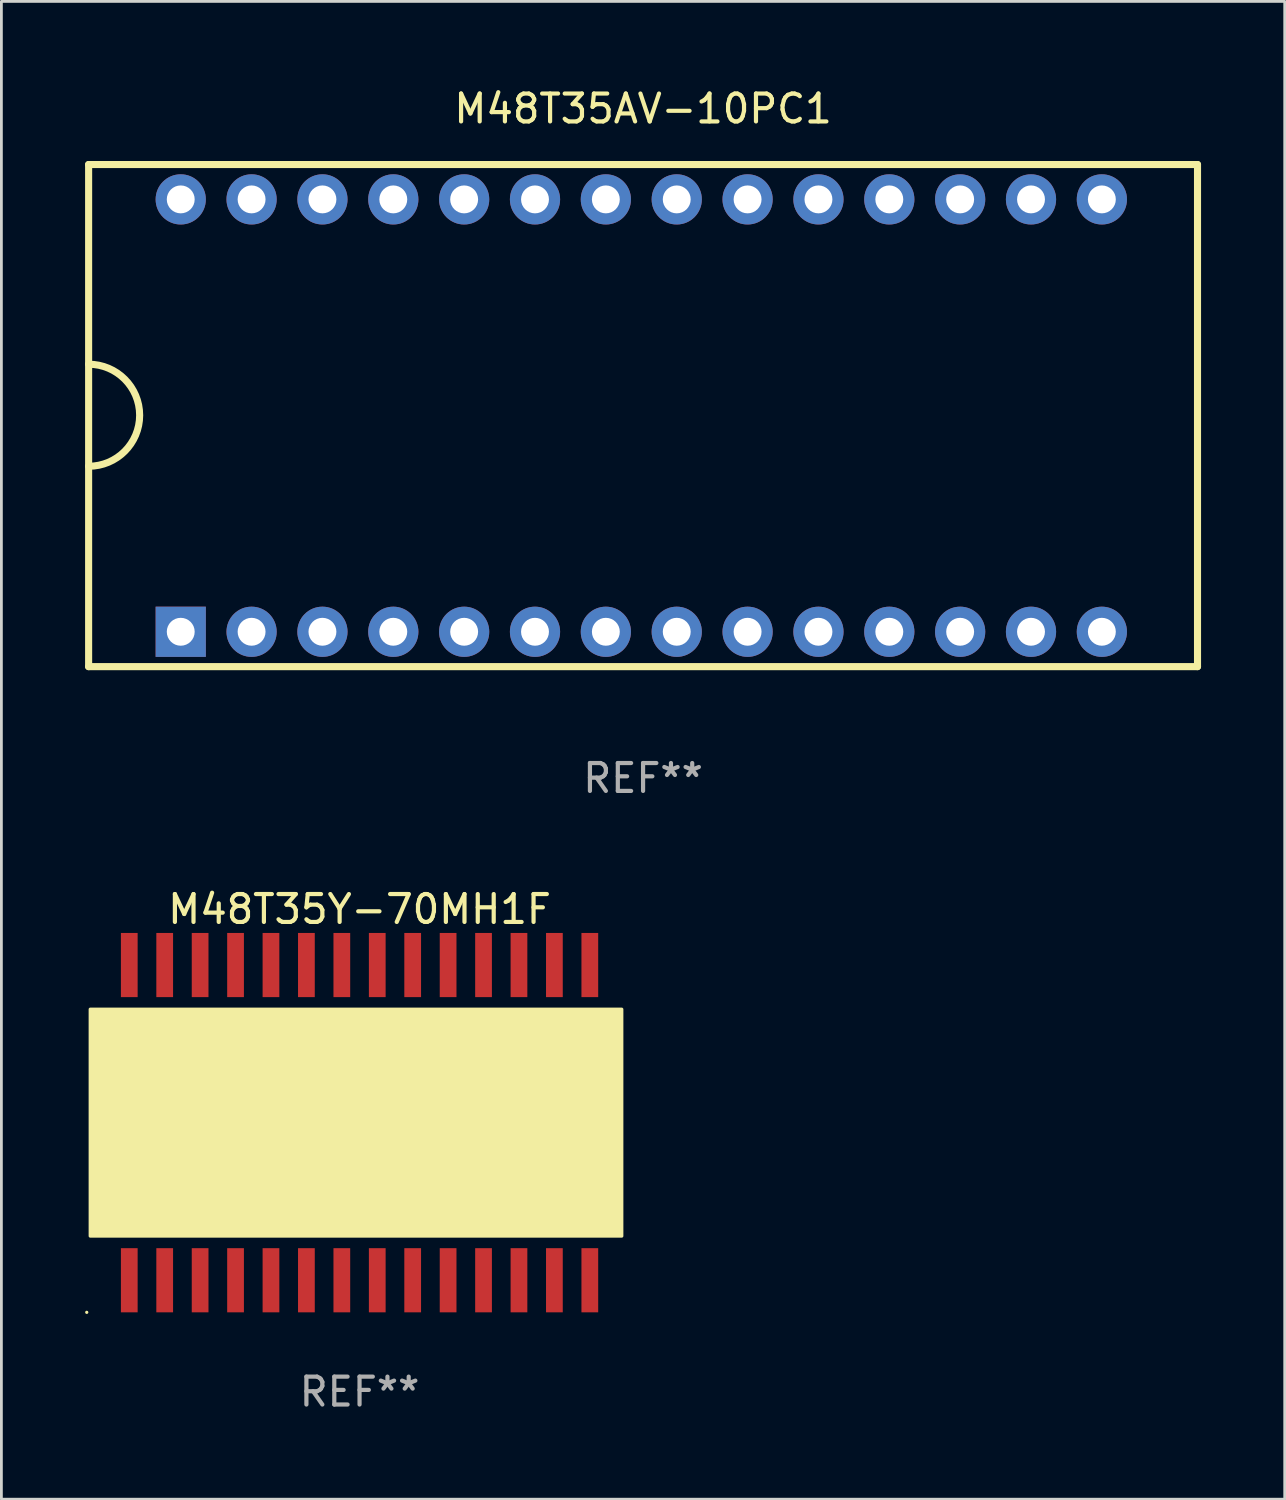
<source format=kicad_pcb>
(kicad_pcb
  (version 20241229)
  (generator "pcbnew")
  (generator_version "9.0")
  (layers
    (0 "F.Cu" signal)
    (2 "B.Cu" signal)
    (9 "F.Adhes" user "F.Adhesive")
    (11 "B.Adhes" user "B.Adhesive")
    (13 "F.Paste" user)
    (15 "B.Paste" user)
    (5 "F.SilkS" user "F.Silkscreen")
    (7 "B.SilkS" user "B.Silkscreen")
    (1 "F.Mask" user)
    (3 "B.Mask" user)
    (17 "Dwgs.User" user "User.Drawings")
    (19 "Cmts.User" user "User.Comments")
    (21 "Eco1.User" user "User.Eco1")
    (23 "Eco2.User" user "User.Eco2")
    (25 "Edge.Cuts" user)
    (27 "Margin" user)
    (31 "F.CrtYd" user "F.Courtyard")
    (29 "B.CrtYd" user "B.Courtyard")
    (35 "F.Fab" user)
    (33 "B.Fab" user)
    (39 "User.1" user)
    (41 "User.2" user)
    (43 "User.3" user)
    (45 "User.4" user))
  (footprint "M48T35Y-70MH1F"
    (layer "F.Cu")
    (at 9.839 37.195)
    (property "Reference" "M48T35Y-70MH1F" (at 0 -7.65 0) (layer "F.SilkS") (effects (font (size 1 1) (thickness 0.15))))
    (attr through_hole)
    (fp_circle (center -9.779 6.8) (end -9.749 6.8) (stroke (width 0.06) (type solid)) (fill no) (layer "F.SilkS"))
    (fp_circle (center -8.636 3.175) (end -8.352 3.175) (stroke (width 0.254) (type solid)) (fill no) (layer "F.SilkS"))
    (fp_poly (pts (xy -9.652 -4.064) (xy 9.398 -4.064) (xy 9.398 4.064) (xy -9.652 4.064)) (stroke (width 0.12) (type solid)) (fill yes) (layer "F.SilkS"))
    (fp_text user "REF**" (at 0 9.65 0) (layer "F.Fab") (effects (font (size 1 1) (thickness 0.15))))
    (pad "1" smd rect (at -8.255 5.65) (size 0.6 2.3) (layers "F.Cu" "F.Mask" "F.Paste"))
    (pad "2" smd rect (at -6.985 5.65) (size 0.6 2.3) (layers "F.Cu" "F.Mask" "F.Paste"))
    (pad "3" smd rect (at -5.715 5.65) (size 0.6 2.3) (layers "F.Cu" "F.Mask" "F.Paste"))
    (pad "4" smd rect (at -4.445 5.65) (size 0.6 2.3) (layers "F.Cu" "F.Mask" "F.Paste"))
    (pad "5" smd rect (at -3.175 5.65) (size 0.6 2.3) (layers "F.Cu" "F.Mask" "F.Paste"))
    (pad "6" smd rect (at -1.905 5.65) (size 0.6 2.3) (layers "F.Cu" "F.Mask" "F.Paste"))
    (pad "7" smd rect (at -0.635 5.65) (size 0.6 2.3) (layers "F.Cu" "F.Mask" "F.Paste"))
    (pad "8" smd rect (at 0.635 5.65) (size 0.6 2.3) (layers "F.Cu" "F.Mask" "F.Paste"))
    (pad "9" smd rect (at 1.905 5.65) (size 0.6 2.3) (layers "F.Cu" "F.Mask" "F.Paste"))
    (pad "10" smd rect (at 3.175 5.65) (size 0.6 2.3) (layers "F.Cu" "F.Mask" "F.Paste"))
    (pad "11" smd rect (at 4.445 5.65) (size 0.6 2.3) (layers "F.Cu" "F.Mask" "F.Paste"))
    (pad "12" smd rect (at 5.715 5.65) (size 0.6 2.3) (layers "F.Cu" "F.Mask" "F.Paste"))
    (pad "13" smd rect (at 6.985 5.65) (size 0.6 2.3) (layers "F.Cu" "F.Mask" "F.Paste"))
    (pad "14" smd rect (at 8.255 5.65) (size 0.6 2.3) (layers "F.Cu" "F.Mask" "F.Paste"))
    (pad "15" smd rect (at 8.255 -5.65) (size 0.6 2.3) (layers "F.Cu" "F.Mask" "F.Paste"))
    (pad "16" smd rect (at 6.985 -5.65) (size 0.6 2.3) (layers "F.Cu" "F.Mask" "F.Paste"))
    (pad "17" smd rect (at 5.715 -5.65) (size 0.6 2.3) (layers "F.Cu" "F.Mask" "F.Paste"))
    (pad "18" smd rect (at 4.445 -5.65) (size 0.6 2.3) (layers "F.Cu" "F.Mask" "F.Paste"))
    (pad "19" smd rect (at 3.175 -5.65) (size 0.6 2.3) (layers "F.Cu" "F.Mask" "F.Paste"))
    (pad "20" smd rect (at 1.905 -5.65) (size 0.6 2.3) (layers "F.Cu" "F.Mask" "F.Paste"))
    (pad "21" smd rect (at 0.635 -5.65) (size 0.6 2.3) (layers "F.Cu" "F.Mask" "F.Paste"))
    (pad "22" smd rect (at -0.635 -5.65) (size 0.6 2.3) (layers "F.Cu" "F.Mask" "F.Paste"))
    (pad "23" smd rect (at -1.905 -5.65) (size 0.6 2.3) (layers "F.Cu" "F.Mask" "F.Paste"))
    (pad "24" smd rect (at -3.175 -5.65) (size 0.6 2.3) (layers "F.Cu" "F.Mask" "F.Paste"))
    (pad "25" smd rect (at -4.445 -5.65) (size 0.6 2.3) (layers "F.Cu" "F.Mask" "F.Paste"))
    (pad "26" smd rect (at -5.715 -5.65) (size 0.6 2.3) (layers "F.Cu" "F.Mask" "F.Paste"))
    (pad "27" smd rect (at -6.985 -5.65) (size 0.6 2.3) (layers "F.Cu" "F.Mask" "F.Paste"))
    (pad "28" smd rect (at -8.255 -5.65) (size 0.6 2.3) (layers "F.Cu" "F.Mask" "F.Paste")))
  (footprint "M48T35AV-10PC1"
    (layer "F.Cu")
    (at 20.003 11.848)
    (property "Reference" "M48T35AV-10PC1" (at 0 -11 0) (layer "F.SilkS") (effects (font (size 1 1) (thickness 0.15))))
    (attr through_hole)
    (fp_line (start -19.876 -9) (end -19.876 9) (stroke (width 0.254) (type solid)) (layer "F.SilkS"))
    (fp_line (start -19.876 -9) (end 19.876 -9) (stroke (width 0.254) (type solid)) (layer "F.SilkS"))
    (fp_line (start -19.876 9) (end 19.876 9) (stroke (width 0.254) (type solid)) (layer "F.SilkS"))
    (fp_line (start 19.876 -9) (end 19.876 9) (stroke (width 0.254) (type solid)) (layer "F.SilkS"))
    (fp_arc (start -19.87554 -1.840944) (mid -18.046737 -0.012141) (end -19.87554 1.816662) (stroke (width 0.254001) (type solid)) (layer "F.SilkS"))
    (fp_text user "REF**" (at 0 13 0) (layer "F.Fab") (effects (font (size 1 1) (thickness 0.15))))
    (pad "1" thru_hole rect (at -16.574 7.75) (size 1.8 1.8) (drill 1) (layers "*.Cu" "*.Mask"))
    (pad "2" thru_hole circle (at -14.034 7.75) (size 1.8 1.8) (drill 1) (layers "*.Cu" "*.Mask"))
    (pad "3" thru_hole circle (at -11.494 7.75) (size 1.8 1.8) (drill 1) (layers "*.Cu" "*.Mask"))
    (pad "4" thru_hole circle (at -8.954 7.75) (size 1.8 1.8) (drill 1) (layers "*.Cu" "*.Mask"))
    (pad "5" thru_hole circle (at -6.414 7.75) (size 1.8 1.8) (drill 1) (layers "*.Cu" "*.Mask"))
    (pad "6" thru_hole circle (at -3.874 7.75) (size 1.8 1.8) (drill 1) (layers "*.Cu" "*.Mask"))
    (pad "7" thru_hole circle (at -1.334 7.75) (size 1.8 1.8) (drill 1) (layers "*.Cu" "*.Mask"))
    (pad "8" thru_hole circle (at 1.207 7.75) (size 1.8 1.8) (drill 1) (layers "*.Cu" "*.Mask"))
    (pad "9" thru_hole circle (at 3.747 7.75) (size 1.8 1.8) (drill 1) (layers "*.Cu" "*.Mask"))
    (pad "10" thru_hole circle (at 6.287 7.75) (size 1.8 1.8) (drill 1) (layers "*.Cu" "*.Mask"))
    (pad "11" thru_hole circle (at 8.827 7.75) (size 1.8 1.8) (drill 1) (layers "*.Cu" "*.Mask"))
    (pad "12" thru_hole circle (at 11.367 7.75) (size 1.8 1.8) (drill 1) (layers "*.Cu" "*.Mask"))
    (pad "13" thru_hole circle (at 13.907 7.75) (size 1.8 1.8) (drill 1) (layers "*.Cu" "*.Mask"))
    (pad "14" thru_hole circle (at 16.447 7.75) (size 1.8 1.8) (drill 1) (layers "*.Cu" "*.Mask"))
    (pad "15" thru_hole circle (at 16.447 -7.75) (size 1.8 1.8) (drill 1) (layers "*.Cu" "*.Mask"))
    (pad "16" thru_hole circle (at 13.907 -7.75) (size 1.8 1.8) (drill 1) (layers "*.Cu" "*.Mask"))
    (pad "17" thru_hole circle (at 11.367 -7.75) (size 1.8 1.8) (drill 1) (layers "*.Cu" "*.Mask"))
    (pad "18" thru_hole circle (at 8.827 -7.75) (size 1.8 1.8) (drill 1) (layers "*.Cu" "*.Mask"))
    (pad "19" thru_hole circle (at 6.287 -7.75) (size 1.8 1.8) (drill 1) (layers "*.Cu" "*.Mask"))
    (pad "20" thru_hole circle (at 3.747 -7.75) (size 1.8 1.8) (drill 1) (layers "*.Cu" "*.Mask"))
    (pad "21" thru_hole circle (at 1.207 -7.75) (size 1.8 1.8) (drill 1) (layers "*.Cu" "*.Mask"))
    (pad "22" thru_hole circle (at -1.334 -7.75) (size 1.8 1.8) (drill 1) (layers "*.Cu" "*.Mask"))
    (pad "23" thru_hole circle (at -3.874 -7.75) (size 1.8 1.8) (drill 1) (layers "*.Cu" "*.Mask"))
    (pad "24" thru_hole circle (at -6.414 -7.75) (size 1.8 1.8) (drill 1) (layers "*.Cu" "*.Mask"))
    (pad "25" thru_hole circle (at -8.954 -7.75) (size 1.8 1.8) (drill 1) (layers "*.Cu" "*.Mask"))
    (pad "26" thru_hole circle (at -11.494 -7.75) (size 1.8 1.8) (drill 1) (layers "*.Cu" "*.Mask"))
    (pad "27" thru_hole circle (at -14.034 -7.75) (size 1.8 1.8) (drill 1) (layers "*.Cu" "*.Mask"))
    (pad "28" thru_hole circle (at -16.574 -7.75) (size 1.8 1.8) (drill 1) (layers "*.Cu" "*.Mask")))
  (gr_rect
    (start -3 -3)
    (end 43.005 50.693)
    (stroke (width 0.1) (type default))
    (fill no)
    (layer "Edge.Cuts")))
</source>
